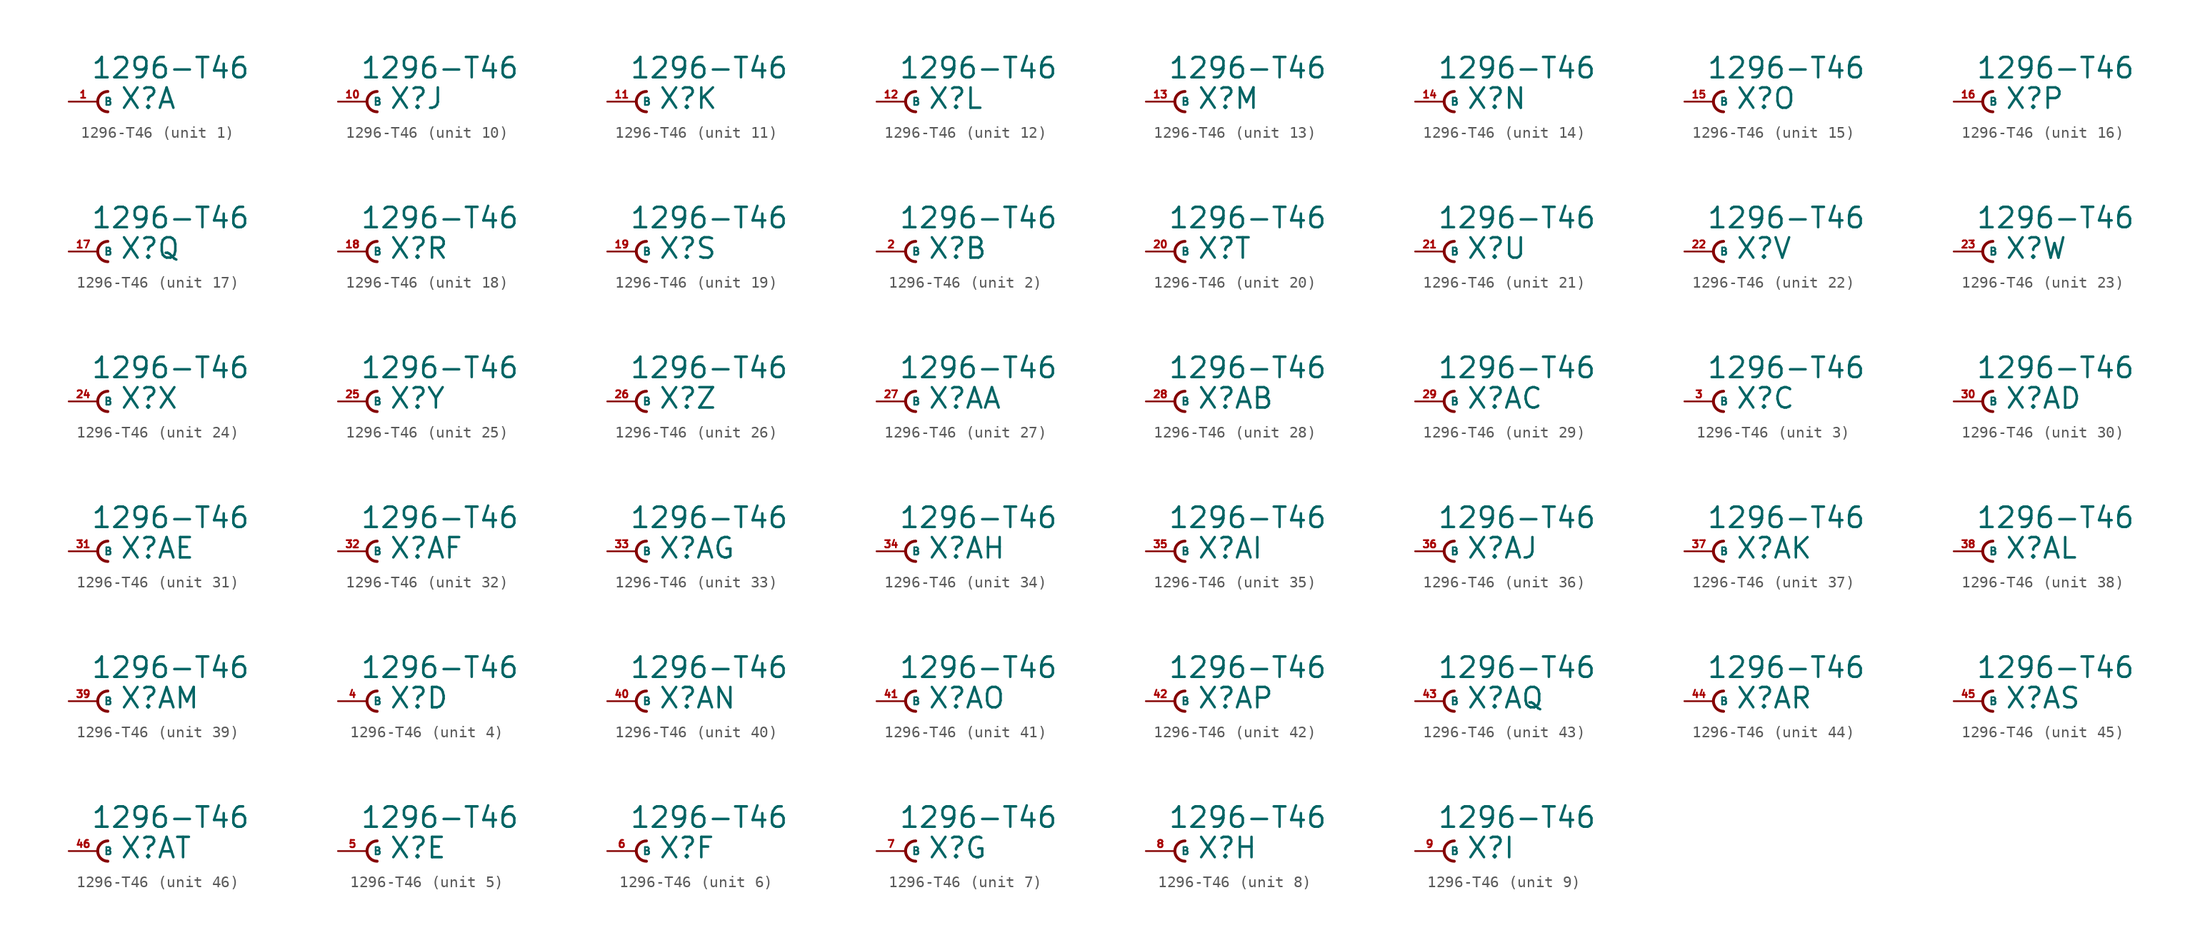
<source format=kicad_sym>
(kicad_symbol_lib
  (version 20220914)
  (generator Eagle2Kicad)
  (symbol "1296-T46"
    (property "Reference" "X"
      (at 1.905 -0.762 0)
      (effects (font (size 1.778 1.778) (thickness 0.22)) (justify left bottom)))
    (property "Value" "1296-T46"
      (at -0.635 1.905 0)
      (effects (font (size 1.778 1.778) (thickness 0.22)) (justify left bottom)))
    (symbol "1296-T46_1_0"
      (arc (start 0.889 0.889) (mid 0.000 0.000) (end 0.889 -0.889) (stroke (width 0.254) (type default)) (fill (type none)))
      (pin passive line (at -2.54 0 0) (length 2.54) (name "B" (effects (font (size 0.635 0.635) (thickness 0.08)) (justify left bottom))) (number "1" (effects (font (size 0.635 0.635) (thickness 0.08)) (justify left bottom)))))
    (symbol "1296-T46_2_0"
      (arc (start 0.889 0.889) (mid 0.000 0.000) (end 0.889 -0.889) (stroke (width 0.254) (type default)) (fill (type none)))
      (pin passive line (at -2.54 0 0) (length 2.54) (name "B" (effects (font (size 0.635 0.635) (thickness 0.08)) (justify left bottom))) (number "2" (effects (font (size 0.635 0.635) (thickness 0.08)) (justify left bottom)))))
    (symbol "1296-T46_3_0"
      (arc (start 0.889 0.889) (mid 0.000 0.000) (end 0.889 -0.889) (stroke (width 0.254) (type default)) (fill (type none)))
      (pin passive line (at -2.54 0 0) (length 2.54) (name "B" (effects (font (size 0.635 0.635) (thickness 0.08)) (justify left bottom))) (number "3" (effects (font (size 0.635 0.635) (thickness 0.08)) (justify left bottom)))))
    (symbol "1296-T46_4_0"
      (arc (start 0.889 0.889) (mid 0.000 0.000) (end 0.889 -0.889) (stroke (width 0.254) (type default)) (fill (type none)))
      (pin passive line (at -2.54 0 0) (length 2.54) (name "B" (effects (font (size 0.635 0.635) (thickness 0.08)) (justify left bottom))) (number "4" (effects (font (size 0.635 0.635) (thickness 0.08)) (justify left bottom)))))
    (symbol "1296-T46_5_0"
      (arc (start 0.889 0.889) (mid 0.000 0.000) (end 0.889 -0.889) (stroke (width 0.254) (type default)) (fill (type none)))
      (pin passive line (at -2.54 0 0) (length 2.54) (name "B" (effects (font (size 0.635 0.635) (thickness 0.08)) (justify left bottom))) (number "5" (effects (font (size 0.635 0.635) (thickness 0.08)) (justify left bottom)))))
    (symbol "1296-T46_6_0"
      (arc (start 0.889 0.889) (mid 0.000 0.000) (end 0.889 -0.889) (stroke (width 0.254) (type default)) (fill (type none)))
      (pin passive line (at -2.54 0 0) (length 2.54) (name "B" (effects (font (size 0.635 0.635) (thickness 0.08)) (justify left bottom))) (number "6" (effects (font (size 0.635 0.635) (thickness 0.08)) (justify left bottom)))))
    (symbol "1296-T46_7_0"
      (arc (start 0.889 0.889) (mid 0.000 0.000) (end 0.889 -0.889) (stroke (width 0.254) (type default)) (fill (type none)))
      (pin passive line (at -2.54 0 0) (length 2.54) (name "B" (effects (font (size 0.635 0.635) (thickness 0.08)) (justify left bottom))) (number "7" (effects (font (size 0.635 0.635) (thickness 0.08)) (justify left bottom)))))
    (symbol "1296-T46_8_0"
      (arc (start 0.889 0.889) (mid 0.000 0.000) (end 0.889 -0.889) (stroke (width 0.254) (type default)) (fill (type none)))
      (pin passive line (at -2.54 0 0) (length 2.54) (name "B" (effects (font (size 0.635 0.635) (thickness 0.08)) (justify left bottom))) (number "8" (effects (font (size 0.635 0.635) (thickness 0.08)) (justify left bottom)))))
    (symbol "1296-T46_9_0"
      (arc (start 0.889 0.889) (mid 0.000 0.000) (end 0.889 -0.889) (stroke (width 0.254) (type default)) (fill (type none)))
      (pin passive line (at -2.54 0 0) (length 2.54) (name "B" (effects (font (size 0.635 0.635) (thickness 0.08)) (justify left bottom))) (number "9" (effects (font (size 0.635 0.635) (thickness 0.08)) (justify left bottom)))))
    (symbol "1296-T46_10_0"
      (arc (start 0.889 0.889) (mid 0.000 0.000) (end 0.889 -0.889) (stroke (width 0.254) (type default)) (fill (type none)))
      (pin passive line (at -2.54 0 0) (length 2.54) (name "B" (effects (font (size 0.635 0.635) (thickness 0.08)) (justify left bottom))) (number "10" (effects (font (size 0.635 0.635) (thickness 0.08)) (justify left bottom)))))
    (symbol "1296-T46_11_0"
      (arc (start 0.889 0.889) (mid 0.000 0.000) (end 0.889 -0.889) (stroke (width 0.254) (type default)) (fill (type none)))
      (pin passive line (at -2.54 0 0) (length 2.54) (name "B" (effects (font (size 0.635 0.635) (thickness 0.08)) (justify left bottom))) (number "11" (effects (font (size 0.635 0.635) (thickness 0.08)) (justify left bottom)))))
    (symbol "1296-T46_12_0"
      (arc (start 0.889 0.889) (mid 0.000 0.000) (end 0.889 -0.889) (stroke (width 0.254) (type default)) (fill (type none)))
      (pin passive line (at -2.54 0 0) (length 2.54) (name "B" (effects (font (size 0.635 0.635) (thickness 0.08)) (justify left bottom))) (number "12" (effects (font (size 0.635 0.635) (thickness 0.08)) (justify left bottom)))))
    (symbol "1296-T46_13_0"
      (arc (start 0.889 0.889) (mid 0.000 0.000) (end 0.889 -0.889) (stroke (width 0.254) (type default)) (fill (type none)))
      (pin passive line (at -2.54 0 0) (length 2.54) (name "B" (effects (font (size 0.635 0.635) (thickness 0.08)) (justify left bottom))) (number "13" (effects (font (size 0.635 0.635) (thickness 0.08)) (justify left bottom)))))
    (symbol "1296-T46_14_0"
      (arc (start 0.889 0.889) (mid 0.000 0.000) (end 0.889 -0.889) (stroke (width 0.254) (type default)) (fill (type none)))
      (pin passive line (at -2.54 0 0) (length 2.54) (name "B" (effects (font (size 0.635 0.635) (thickness 0.08)) (justify left bottom))) (number "14" (effects (font (size 0.635 0.635) (thickness 0.08)) (justify left bottom)))))
    (symbol "1296-T46_15_0"
      (arc (start 0.889 0.889) (mid 0.000 0.000) (end 0.889 -0.889) (stroke (width 0.254) (type default)) (fill (type none)))
      (pin passive line (at -2.54 0 0) (length 2.54) (name "B" (effects (font (size 0.635 0.635) (thickness 0.08)) (justify left bottom))) (number "15" (effects (font (size 0.635 0.635) (thickness 0.08)) (justify left bottom)))))
    (symbol "1296-T46_16_0"
      (arc (start 0.889 0.889) (mid 0.000 0.000) (end 0.889 -0.889) (stroke (width 0.254) (type default)) (fill (type none)))
      (pin passive line (at -2.54 0 0) (length 2.54) (name "B" (effects (font (size 0.635 0.635) (thickness 0.08)) (justify left bottom))) (number "16" (effects (font (size 0.635 0.635) (thickness 0.08)) (justify left bottom)))))
    (symbol "1296-T46_17_0"
      (arc (start 0.889 0.889) (mid 0.000 0.000) (end 0.889 -0.889) (stroke (width 0.254) (type default)) (fill (type none)))
      (pin passive line (at -2.54 0 0) (length 2.54) (name "B" (effects (font (size 0.635 0.635) (thickness 0.08)) (justify left bottom))) (number "17" (effects (font (size 0.635 0.635) (thickness 0.08)) (justify left bottom)))))
    (symbol "1296-T46_18_0"
      (arc (start 0.889 0.889) (mid 0.000 0.000) (end 0.889 -0.889) (stroke (width 0.254) (type default)) (fill (type none)))
      (pin passive line (at -2.54 0 0) (length 2.54) (name "B" (effects (font (size 0.635 0.635) (thickness 0.08)) (justify left bottom))) (number "18" (effects (font (size 0.635 0.635) (thickness 0.08)) (justify left bottom)))))
    (symbol "1296-T46_19_0"
      (arc (start 0.889 0.889) (mid 0.000 0.000) (end 0.889 -0.889) (stroke (width 0.254) (type default)) (fill (type none)))
      (pin passive line (at -2.54 0 0) (length 2.54) (name "B" (effects (font (size 0.635 0.635) (thickness 0.08)) (justify left bottom))) (number "19" (effects (font (size 0.635 0.635) (thickness 0.08)) (justify left bottom)))))
    (symbol "1296-T46_20_0"
      (arc (start 0.889 0.889) (mid 0.000 0.000) (end 0.889 -0.889) (stroke (width 0.254) (type default)) (fill (type none)))
      (pin passive line (at -2.54 0 0) (length 2.54) (name "B" (effects (font (size 0.635 0.635) (thickness 0.08)) (justify left bottom))) (number "20" (effects (font (size 0.635 0.635) (thickness 0.08)) (justify left bottom)))))
    (symbol "1296-T46_21_0"
      (arc (start 0.889 0.889) (mid 0.000 0.000) (end 0.889 -0.889) (stroke (width 0.254) (type default)) (fill (type none)))
      (pin passive line (at -2.54 0 0) (length 2.54) (name "B" (effects (font (size 0.635 0.635) (thickness 0.08)) (justify left bottom))) (number "21" (effects (font (size 0.635 0.635) (thickness 0.08)) (justify left bottom)))))
    (symbol "1296-T46_22_0"
      (arc (start 0.889 0.889) (mid 0.000 0.000) (end 0.889 -0.889) (stroke (width 0.254) (type default)) (fill (type none)))
      (pin passive line (at -2.54 0 0) (length 2.54) (name "B" (effects (font (size 0.635 0.635) (thickness 0.08)) (justify left bottom))) (number "22" (effects (font (size 0.635 0.635) (thickness 0.08)) (justify left bottom)))))
    (symbol "1296-T46_23_0"
      (arc (start 0.889 0.889) (mid 0.000 0.000) (end 0.889 -0.889) (stroke (width 0.254) (type default)) (fill (type none)))
      (pin passive line (at -2.54 0 0) (length 2.54) (name "B" (effects (font (size 0.635 0.635) (thickness 0.08)) (justify left bottom))) (number "23" (effects (font (size 0.635 0.635) (thickness 0.08)) (justify left bottom)))))
    (symbol "1296-T46_24_0"
      (arc (start 0.889 0.889) (mid 0.000 0.000) (end 0.889 -0.889) (stroke (width 0.254) (type default)) (fill (type none)))
      (pin passive line (at -2.54 0 0) (length 2.54) (name "B" (effects (font (size 0.635 0.635) (thickness 0.08)) (justify left bottom))) (number "24" (effects (font (size 0.635 0.635) (thickness 0.08)) (justify left bottom)))))
    (symbol "1296-T46_25_0"
      (arc (start 0.889 0.889) (mid 0.000 0.000) (end 0.889 -0.889) (stroke (width 0.254) (type default)) (fill (type none)))
      (pin passive line (at -2.54 0 0) (length 2.54) (name "B" (effects (font (size 0.635 0.635) (thickness 0.08)) (justify left bottom))) (number "25" (effects (font (size 0.635 0.635) (thickness 0.08)) (justify left bottom)))))
    (symbol "1296-T46_26_0"
      (arc (start 0.889 0.889) (mid 0.000 0.000) (end 0.889 -0.889) (stroke (width 0.254) (type default)) (fill (type none)))
      (pin passive line (at -2.54 0 0) (length 2.54) (name "B" (effects (font (size 0.635 0.635) (thickness 0.08)) (justify left bottom))) (number "26" (effects (font (size 0.635 0.635) (thickness 0.08)) (justify left bottom)))))
    (symbol "1296-T46_27_0"
      (arc (start 0.889 0.889) (mid 0.000 0.000) (end 0.889 -0.889) (stroke (width 0.254) (type default)) (fill (type none)))
      (pin passive line (at -2.54 0 0) (length 2.54) (name "B" (effects (font (size 0.635 0.635) (thickness 0.08)) (justify left bottom))) (number "27" (effects (font (size 0.635 0.635) (thickness 0.08)) (justify left bottom)))))
    (symbol "1296-T46_28_0"
      (arc (start 0.889 0.889) (mid 0.000 0.000) (end 0.889 -0.889) (stroke (width 0.254) (type default)) (fill (type none)))
      (pin passive line (at -2.54 0 0) (length 2.54) (name "B" (effects (font (size 0.635 0.635) (thickness 0.08)) (justify left bottom))) (number "28" (effects (font (size 0.635 0.635) (thickness 0.08)) (justify left bottom)))))
    (symbol "1296-T46_29_0"
      (arc (start 0.889 0.889) (mid 0.000 0.000) (end 0.889 -0.889) (stroke (width 0.254) (type default)) (fill (type none)))
      (pin passive line (at -2.54 0 0) (length 2.54) (name "B" (effects (font (size 0.635 0.635) (thickness 0.08)) (justify left bottom))) (number "29" (effects (font (size 0.635 0.635) (thickness 0.08)) (justify left bottom)))))
    (symbol "1296-T46_30_0"
      (arc (start 0.889 0.889) (mid 0.000 0.000) (end 0.889 -0.889) (stroke (width 0.254) (type default)) (fill (type none)))
      (pin passive line (at -2.54 0 0) (length 2.54) (name "B" (effects (font (size 0.635 0.635) (thickness 0.08)) (justify left bottom))) (number "30" (effects (font (size 0.635 0.635) (thickness 0.08)) (justify left bottom)))))
    (symbol "1296-T46_31_0"
      (arc (start 0.889 0.889) (mid 0.000 0.000) (end 0.889 -0.889) (stroke (width 0.254) (type default)) (fill (type none)))
      (pin passive line (at -2.54 0 0) (length 2.54) (name "B" (effects (font (size 0.635 0.635) (thickness 0.08)) (justify left bottom))) (number "31" (effects (font (size 0.635 0.635) (thickness 0.08)) (justify left bottom)))))
    (symbol "1296-T46_32_0"
      (arc (start 0.889 0.889) (mid 0.000 0.000) (end 0.889 -0.889) (stroke (width 0.254) (type default)) (fill (type none)))
      (pin passive line (at -2.54 0 0) (length 2.54) (name "B" (effects (font (size 0.635 0.635) (thickness 0.08)) (justify left bottom))) (number "32" (effects (font (size 0.635 0.635) (thickness 0.08)) (justify left bottom)))))
    (symbol "1296-T46_33_0"
      (arc (start 0.889 0.889) (mid 0.000 0.000) (end 0.889 -0.889) (stroke (width 0.254) (type default)) (fill (type none)))
      (pin passive line (at -2.54 0 0) (length 2.54) (name "B" (effects (font (size 0.635 0.635) (thickness 0.08)) (justify left bottom))) (number "33" (effects (font (size 0.635 0.635) (thickness 0.08)) (justify left bottom)))))
    (symbol "1296-T46_34_0"
      (arc (start 0.889 0.889) (mid 0.000 0.000) (end 0.889 -0.889) (stroke (width 0.254) (type default)) (fill (type none)))
      (pin passive line (at -2.54 0 0) (length 2.54) (name "B" (effects (font (size 0.635 0.635) (thickness 0.08)) (justify left bottom))) (number "34" (effects (font (size 0.635 0.635) (thickness 0.08)) (justify left bottom)))))
    (symbol "1296-T46_35_0"
      (arc (start 0.889 0.889) (mid 0.000 0.000) (end 0.889 -0.889) (stroke (width 0.254) (type default)) (fill (type none)))
      (pin passive line (at -2.54 0 0) (length 2.54) (name "B" (effects (font (size 0.635 0.635) (thickness 0.08)) (justify left bottom))) (number "35" (effects (font (size 0.635 0.635) (thickness 0.08)) (justify left bottom)))))
    (symbol "1296-T46_36_0"
      (arc (start 0.889 0.889) (mid 0.000 0.000) (end 0.889 -0.889) (stroke (width 0.254) (type default)) (fill (type none)))
      (pin passive line (at -2.54 0 0) (length 2.54) (name "B" (effects (font (size 0.635 0.635) (thickness 0.08)) (justify left bottom))) (number "36" (effects (font (size 0.635 0.635) (thickness 0.08)) (justify left bottom)))))
    (symbol "1296-T46_37_0"
      (arc (start 0.889 0.889) (mid 0.000 0.000) (end 0.889 -0.889) (stroke (width 0.254) (type default)) (fill (type none)))
      (pin passive line (at -2.54 0 0) (length 2.54) (name "B" (effects (font (size 0.635 0.635) (thickness 0.08)) (justify left bottom))) (number "37" (effects (font (size 0.635 0.635) (thickness 0.08)) (justify left bottom)))))
    (symbol "1296-T46_38_0"
      (arc (start 0.889 0.889) (mid 0.000 0.000) (end 0.889 -0.889) (stroke (width 0.254) (type default)) (fill (type none)))
      (pin passive line (at -2.54 0 0) (length 2.54) (name "B" (effects (font (size 0.635 0.635) (thickness 0.08)) (justify left bottom))) (number "38" (effects (font (size 0.635 0.635) (thickness 0.08)) (justify left bottom)))))
    (symbol "1296-T46_39_0"
      (arc (start 0.889 0.889) (mid 0.000 0.000) (end 0.889 -0.889) (stroke (width 0.254) (type default)) (fill (type none)))
      (pin passive line (at -2.54 0 0) (length 2.54) (name "B" (effects (font (size 0.635 0.635) (thickness 0.08)) (justify left bottom))) (number "39" (effects (font (size 0.635 0.635) (thickness 0.08)) (justify left bottom)))))
    (symbol "1296-T46_40_0"
      (arc (start 0.889 0.889) (mid 0.000 0.000) (end 0.889 -0.889) (stroke (width 0.254) (type default)) (fill (type none)))
      (pin passive line (at -2.54 0 0) (length 2.54) (name "B" (effects (font (size 0.635 0.635) (thickness 0.08)) (justify left bottom))) (number "40" (effects (font (size 0.635 0.635) (thickness 0.08)) (justify left bottom)))))
    (symbol "1296-T46_41_0"
      (arc (start 0.889 0.889) (mid 0.000 0.000) (end 0.889 -0.889) (stroke (width 0.254) (type default)) (fill (type none)))
      (pin passive line (at -2.54 0 0) (length 2.54) (name "B" (effects (font (size 0.635 0.635) (thickness 0.08)) (justify left bottom))) (number "41" (effects (font (size 0.635 0.635) (thickness 0.08)) (justify left bottom)))))
    (symbol "1296-T46_42_0"
      (arc (start 0.889 0.889) (mid 0.000 0.000) (end 0.889 -0.889) (stroke (width 0.254) (type default)) (fill (type none)))
      (pin passive line (at -2.54 0 0) (length 2.54) (name "B" (effects (font (size 0.635 0.635) (thickness 0.08)) (justify left bottom))) (number "42" (effects (font (size 0.635 0.635) (thickness 0.08)) (justify left bottom)))))
    (symbol "1296-T46_43_0"
      (arc (start 0.889 0.889) (mid 0.000 0.000) (end 0.889 -0.889) (stroke (width 0.254) (type default)) (fill (type none)))
      (pin passive line (at -2.54 0 0) (length 2.54) (name "B" (effects (font (size 0.635 0.635) (thickness 0.08)) (justify left bottom))) (number "43" (effects (font (size 0.635 0.635) (thickness 0.08)) (justify left bottom)))))
    (symbol "1296-T46_44_0"
      (arc (start 0.889 0.889) (mid 0.000 0.000) (end 0.889 -0.889) (stroke (width 0.254) (type default)) (fill (type none)))
      (pin passive line (at -2.54 0 0) (length 2.54) (name "B" (effects (font (size 0.635 0.635) (thickness 0.08)) (justify left bottom))) (number "44" (effects (font (size 0.635 0.635) (thickness 0.08)) (justify left bottom)))))
    (symbol "1296-T46_45_0"
      (arc (start 0.889 0.889) (mid 0.000 0.000) (end 0.889 -0.889) (stroke (width 0.254) (type default)) (fill (type none)))
      (pin passive line (at -2.54 0 0) (length 2.54) (name "B" (effects (font (size 0.635 0.635) (thickness 0.08)) (justify left bottom))) (number "45" (effects (font (size 0.635 0.635) (thickness 0.08)) (justify left bottom)))))
    (symbol "1296-T46_46_0"
      (arc (start 0.889 0.889) (mid 0.000 0.000) (end 0.889 -0.889) (stroke (width 0.254) (type default)) (fill (type none)))
      (pin passive line (at -2.54 0 0) (length 2.54) (name "B" (effects (font (size 0.635 0.635) (thickness 0.08)) (justify left bottom))) (number "46" (effects (font (size 0.635 0.635) (thickness 0.08)) (justify left bottom)))))))
</source>
